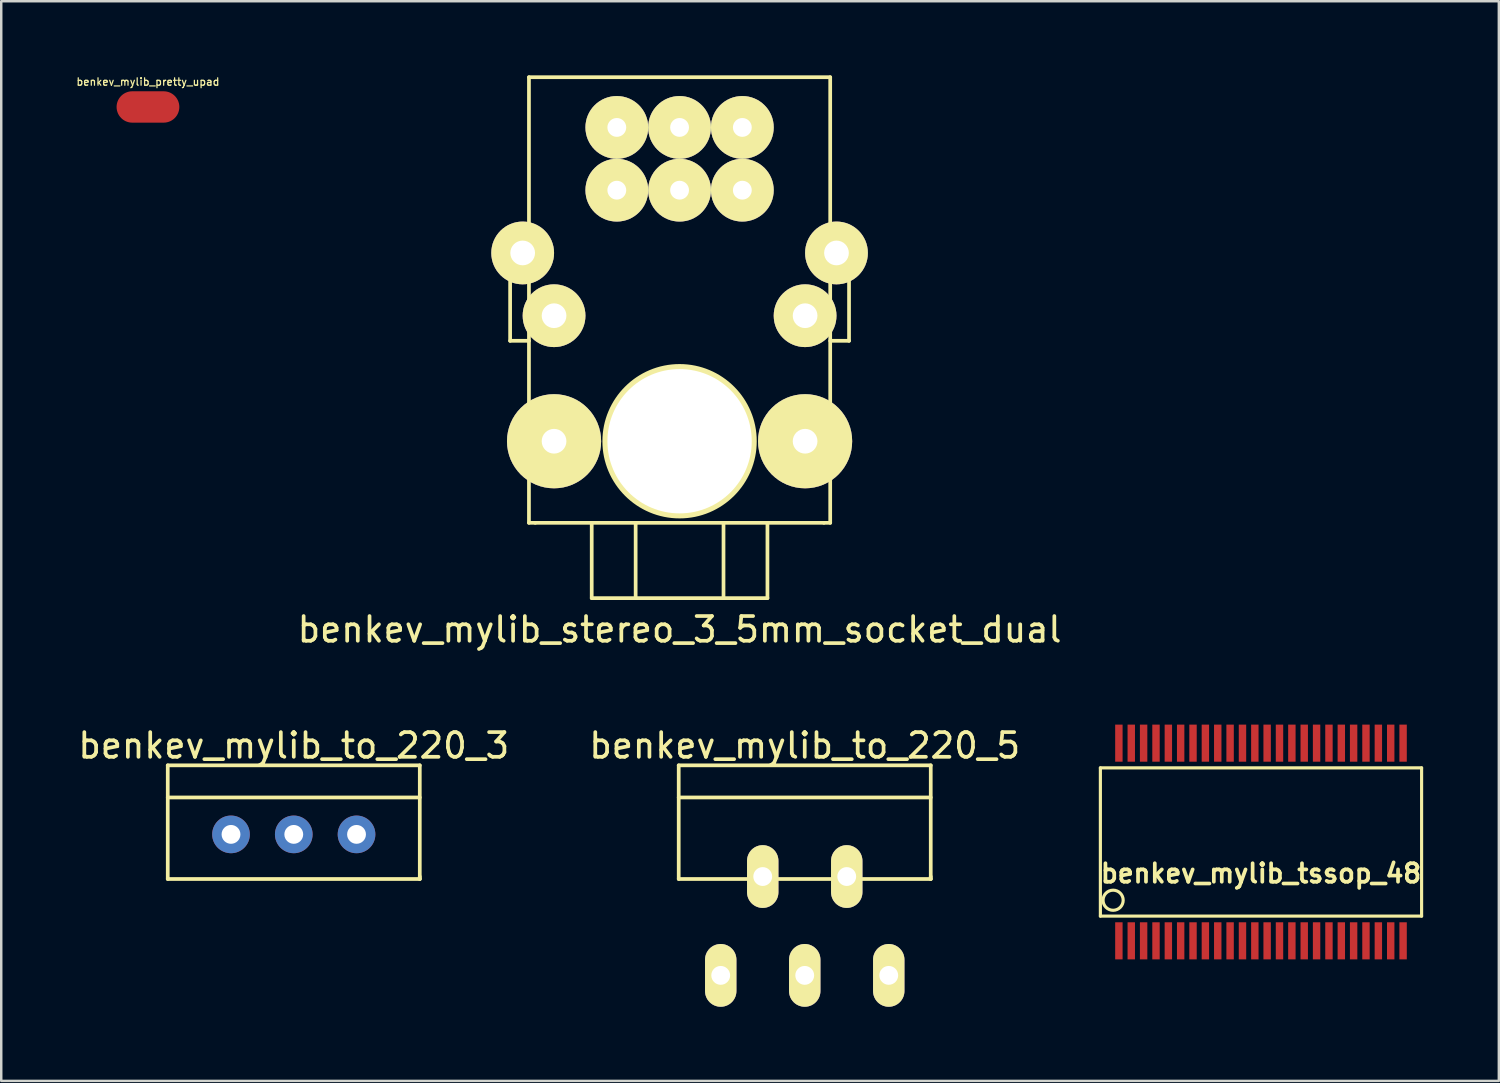
<source format=kicad_pcb>
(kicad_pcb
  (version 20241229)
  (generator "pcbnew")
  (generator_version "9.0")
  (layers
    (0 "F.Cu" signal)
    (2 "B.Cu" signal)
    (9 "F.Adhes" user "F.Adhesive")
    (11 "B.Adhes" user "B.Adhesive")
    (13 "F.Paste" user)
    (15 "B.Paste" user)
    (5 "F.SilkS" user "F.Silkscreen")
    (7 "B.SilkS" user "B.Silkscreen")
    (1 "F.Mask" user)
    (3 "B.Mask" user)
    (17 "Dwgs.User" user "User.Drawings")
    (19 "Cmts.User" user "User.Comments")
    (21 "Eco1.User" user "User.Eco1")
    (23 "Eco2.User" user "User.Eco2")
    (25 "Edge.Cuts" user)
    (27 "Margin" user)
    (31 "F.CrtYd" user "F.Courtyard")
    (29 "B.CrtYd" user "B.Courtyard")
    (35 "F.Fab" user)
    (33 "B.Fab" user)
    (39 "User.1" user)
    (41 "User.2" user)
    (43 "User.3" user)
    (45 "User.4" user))
  (footprint "benkev_mylib_pretty_upad"
    (layer "F.Cu")
    (at 2.938 1.279)
    (property "Reference" "benkev_mylib_pretty_upad" (at 0 -1.016 0) (layer "F.SilkS") (effects (font (size 0.3 0.3) (thickness 0.05))))
    (attr through_hole)
    (pad "1" smd oval (at 0 0) (size 2.54 1.27) (layers "F.Cu" "F.Mask" "F.Paste")))
  (footprint "benkev_mylib_to_220_5"
    (layer "F.Cu")
    (at 29.518 27.924)
    (property "Reference" "benkev_mylib_to_220_5" (at 0 -0.8 0) (layer "F.SilkS") (effects (font (size 1 1) (thickness 0.15))))
    (attr through_hole)
    (fp_line (start -5.1 0) (end -5.1 4.6) (stroke (width 0.15) (type solid)) (layer "F.SilkS"))
    (fp_line (start -5.1 0) (end 5.1 0) (stroke (width 0.15) (type solid)) (layer "F.SilkS"))
    (fp_line (start -5.1 1.3) (end 5.1 1.3) (stroke (width 0.15) (type solid)) (layer "F.SilkS"))
    (fp_line (start -5.1 4.6) (end 5.1 4.6) (stroke (width 0.15) (type solid)) (layer "F.SilkS"))
    (fp_line (start 5.1 0) (end 5.1 4.6) (stroke (width 0.15) (type solid)) (layer "F.SilkS"))
    (fp_line (start 5.1 4.5) (end 5.1 4.6) (stroke (width 0.15) (type solid)) (layer "F.SilkS"))
    (pad "1" thru_hole oval (at -3.4 8.5) (size 1.27 2.54) (drill 0.762) (layers "*.Cu" "*.Mask" "F.SilkS"))
    (pad "2" thru_hole oval (at -1.7 4.5) (size 1.27 2.54) (drill 0.762) (layers "*.Cu" "*.Mask" "F.SilkS"))
    (pad "3" thru_hole oval (at 0 8.5) (size 1.27 2.54) (drill 0.762) (layers "*.Cu" "*.Mask" "F.SilkS"))
    (pad "4" thru_hole oval (at 1.7 4.5) (size 1.27 2.54) (drill 0.762) (layers "*.Cu" "*.Mask" "F.SilkS"))
    (pad "5" thru_hole oval (at 3.4 8.5) (size 1.27 2.54) (drill 0.762) (layers "*.Cu" "*.Mask" "F.SilkS")))
  (footprint "benkev_mylib_tssop_48"
    (layer "F.Cu")
    (at 47.983 31.026)
    (property "Reference" "benkev_mylib_tssop_48" (at 0 1.27 0) (layer "F.SilkS") (effects (font (size 0.749 0.749) (thickness 0.15))))
    (attr smd)
    (fp_line (start -6.5 -3) (end 6.5 -3) (stroke (width 0.127) (type solid)) (layer "F.SilkS"))
    (fp_line (start -6.5 3) (end -6.5 -3) (stroke (width 0.127) (type solid)) (layer "F.SilkS"))
    (fp_line (start 6.5 -3) (end 6.5 3) (stroke (width 0.127) (type solid)) (layer "F.SilkS"))
    (fp_line (start 6.5 3) (end -6.5 3) (stroke (width 0.127) (type solid)) (layer "F.SilkS"))
    (fp_circle (center -5.984 2.357) (end -6.238 2.675) (stroke (width 0.127) (type solid)) (fill no) (layer "F.SilkS"))
    (pad "1" smd rect (at -5.751 4) (size 0.3 1.501) (layers "F.Cu" "F.Mask" "F.Paste"))
    (pad "2" smd rect (at -5.25 4) (size 0.3 1.501) (layers "F.Cu" "F.Mask" "F.Paste"))
    (pad "3" smd rect (at -4.75 4) (size 0.3 1.501) (layers "F.Cu" "F.Mask" "F.Paste"))
    (pad "4" smd rect (at -4.249 4) (size 0.3 1.501) (layers "F.Cu" "F.Mask" "F.Paste"))
    (pad "5" smd rect (at -3.749 4) (size 0.3 1.501) (layers "F.Cu" "F.Mask" "F.Paste"))
    (pad "6" smd rect (at -3.251 4) (size 0.3 1.501) (layers "F.Cu" "F.Mask" "F.Paste"))
    (pad "7" smd rect (at -2.751 4) (size 0.3 1.501) (layers "F.Cu" "F.Mask" "F.Paste"))
    (pad "8" smd rect (at -2.25 4) (size 0.3 1.501) (layers "F.Cu" "F.Mask" "F.Paste"))
    (pad "9" smd rect (at -1.75 4) (size 0.3 1.501) (layers "F.Cu" "F.Mask" "F.Paste"))
    (pad "10" smd rect (at -1.25 4) (size 0.3 1.501) (layers "F.Cu" "F.Mask" "F.Paste"))
    (pad "11" smd rect (at -0.749 4) (size 0.3 1.501) (layers "F.Cu" "F.Mask" "F.Paste"))
    (pad "12" smd rect (at -0.249 4) (size 0.3 1.501) (layers "F.Cu" "F.Mask" "F.Paste"))
    (pad "13" smd rect (at 0.249 4) (size 0.3 1.501) (layers "F.Cu" "F.Mask" "F.Paste"))
    (pad "14" smd rect (at 0.749 4) (size 0.3 1.501) (layers "F.Cu" "F.Mask" "F.Paste"))
    (pad "15" smd rect (at 1.25 4) (size 0.3 1.501) (layers "F.Cu" "F.Mask" "F.Paste"))
    (pad "16" smd rect (at 1.75 4) (size 0.3 1.501) (layers "F.Cu" "F.Mask" "F.Paste"))
    (pad "17" smd rect (at 2.25 4) (size 0.3 1.501) (layers "F.Cu" "F.Mask" "F.Paste"))
    (pad "18" smd rect (at 2.751 4) (size 0.3 1.501) (layers "F.Cu" "F.Mask" "F.Paste"))
    (pad "19" smd rect (at 3.251 4) (size 0.3 1.501) (layers "F.Cu" "F.Mask" "F.Paste"))
    (pad "20" smd rect (at 3.749 4) (size 0.3 1.501) (layers "F.Cu" "F.Mask" "F.Paste"))
    (pad "21" smd rect (at 4.249 4) (size 0.3 1.501) (layers "F.Cu" "F.Mask" "F.Paste"))
    (pad "22" smd rect (at 4.75 4) (size 0.3 1.501) (layers "F.Cu" "F.Mask" "F.Paste"))
    (pad "23" smd rect (at 5.25 4) (size 0.3 1.501) (layers "F.Cu" "F.Mask" "F.Paste"))
    (pad "24" smd rect (at 5.751 4) (size 0.3 1.501) (layers "F.Cu" "F.Mask" "F.Paste"))
    (pad "25" smd rect (at 5.751 -4) (size 0.3 1.501) (layers "F.Cu" "F.Mask" "F.Paste"))
    (pad "26" smd rect (at 5.25 -4) (size 0.3 1.501) (layers "F.Cu" "F.Mask" "F.Paste"))
    (pad "27" smd rect (at 4.75 -4) (size 0.3 1.501) (layers "F.Cu" "F.Mask" "F.Paste"))
    (pad "28" smd rect (at 4.249 -4) (size 0.3 1.501) (layers "F.Cu" "F.Mask" "F.Paste"))
    (pad "29" smd rect (at 3.749 -4) (size 0.3 1.501) (layers "F.Cu" "F.Mask" "F.Paste"))
    (pad "30" smd rect (at 3.251 -4) (size 0.3 1.501) (layers "F.Cu" "F.Mask" "F.Paste"))
    (pad "31" smd rect (at 2.751 -4) (size 0.3 1.501) (layers "F.Cu" "F.Mask" "F.Paste"))
    (pad "32" smd rect (at 2.25 -4) (size 0.3 1.501) (layers "F.Cu" "F.Mask" "F.Paste"))
    (pad "33" smd rect (at 1.75 -4) (size 0.3 1.501) (layers "F.Cu" "F.Mask" "F.Paste"))
    (pad "34" smd rect (at 1.25 -4) (size 0.3 1.501) (layers "F.Cu" "F.Mask" "F.Paste"))
    (pad "35" smd rect (at 0.749 -4) (size 0.3 1.501) (layers "F.Cu" "F.Mask" "F.Paste"))
    (pad "36" smd rect (at 0.249 -4) (size 0.3 1.501) (layers "F.Cu" "F.Mask" "F.Paste"))
    (pad "37" smd rect (at -0.249 -4) (size 0.3 1.501) (layers "F.Cu" "F.Mask" "F.Paste"))
    (pad "38" smd rect (at -0.749 -4) (size 0.3 1.501) (layers "F.Cu" "F.Mask" "F.Paste"))
    (pad "39" smd rect (at -1.25 -4) (size 0.3 1.501) (layers "F.Cu" "F.Mask" "F.Paste"))
    (pad "40" smd rect (at -1.75 -4) (size 0.3 1.501) (layers "F.Cu" "F.Mask" "F.Paste"))
    (pad "41" smd rect (at -2.25 -4) (size 0.3 1.501) (layers "F.Cu" "F.Mask" "F.Paste"))
    (pad "42" smd rect (at -2.751 -4) (size 0.3 1.501) (layers "F.Cu" "F.Mask" "F.Paste"))
    (pad "43" smd rect (at -3.251 -4) (size 0.3 1.501) (layers "F.Cu" "F.Mask" "F.Paste"))
    (pad "44" smd rect (at -3.749 -4) (size 0.3 1.501) (layers "F.Cu" "F.Mask" "F.Paste"))
    (pad "45" smd rect (at -4.249 -4) (size 0.3 1.501) (layers "F.Cu" "F.Mask" "F.Paste"))
    (pad "46" smd rect (at -4.75 -4) (size 0.3 1.501) (layers "F.Cu" "F.Mask" "F.Paste"))
    (pad "47" smd rect (at -5.25 -4) (size 0.3 1.501) (layers "F.Cu" "F.Mask" "F.Paste"))
    (pad "48" smd rect (at -5.751 -4) (size 0.3 1.501) (layers "F.Cu" "F.Mask" "F.Paste")))
  (footprint "benkev_mylib_to_220_3"
    (layer "F.Cu")
    (at 8.839 27.924)
    (property "Reference" "benkev_mylib_to_220_3" (at 0 -0.8 0) (layer "F.SilkS") (effects (font (size 1 1) (thickness 0.15))))
    (attr through_hole)
    (fp_line (start -5.1 0) (end -5.1 4.6) (stroke (width 0.15) (type solid)) (layer "F.SilkS"))
    (fp_line (start -5.1 0) (end 5.1 0) (stroke (width 0.15) (type solid)) (layer "F.SilkS"))
    (fp_line (start -5.1 1.3) (end 5.1 1.3) (stroke (width 0.15) (type solid)) (layer "F.SilkS"))
    (fp_line (start -5.1 4.6) (end 5.1 4.6) (stroke (width 0.15) (type solid)) (layer "F.SilkS"))
    (fp_line (start 5.1 0) (end 5.1 4.6) (stroke (width 0.15) (type solid)) (layer "F.SilkS"))
    (fp_line (start 5.1 4.5) (end 5.1 4.6) (stroke (width 0.15) (type solid)) (layer "F.SilkS"))
    (pad "1" thru_hole circle (at -2.54 2.794) (size 1.524 1.524) (drill 0.762) (layers "*.Cu" "*.Mask"))
    (pad "2" thru_hole circle (at 0 2.794) (size 1.524 1.524) (drill 0.762) (layers "*.Cu" "*.Mask"))
    (pad "3" thru_hole circle (at 2.54 2.794) (size 1.524 1.524) (drill 0.762) (layers "*.Cu" "*.Mask")))
  (footprint "benkev_mylib_stereo_3_5mm_socket_dual"
    (layer "F.Cu")
    (at 24.453 14.807)
    (property "Reference" "benkev_mylib_stereo_3_5mm_socket_dual" (at 0 7.62 0) (layer "F.SilkS") (effects (font (size 1 1) (thickness 0.15))))
    (attr through_hole)
    (fp_line (start -6.858 -7.62) (end -6.096 -7.62) (stroke (width 0.15) (type solid)) (layer "F.SilkS"))
    (fp_line (start -6.858 -4.064) (end -6.858 -7.62) (stroke (width 0.15) (type solid)) (layer "F.SilkS"))
    (fp_line (start -6.096 -14.732) (end -6.096 3.302) (stroke (width 0.15) (type solid)) (layer "F.SilkS"))
    (fp_line (start -6.096 -4.064) (end -6.858 -4.064) (stroke (width 0.15) (type solid)) (layer "F.SilkS"))
    (fp_line (start -5.842 3.302) (end -6.096 3.302) (stroke (width 0.15) (type solid)) (layer "F.SilkS"))
    (fp_line (start -3.556 6.35) (end -3.556 3.302) (stroke (width 0.15) (type solid)) (layer "F.SilkS"))
    (fp_line (start -3.556 6.35) (end 3.556 6.35) (stroke (width 0.15) (type solid)) (layer "F.SilkS"))
    (fp_line (start -1.778 3.302) (end -1.778 6.35) (stroke (width 0.15) (type solid)) (layer "F.SilkS"))
    (fp_line (start 1.778 3.302) (end 1.778 6.35) (stroke (width 0.15) (type solid)) (layer "F.SilkS"))
    (fp_line (start 3.556 6.35) (end 3.556 3.302) (stroke (width 0.15) (type solid)) (layer "F.SilkS"))
    (fp_line (start 5.842 3.302) (end -5.842 3.302) (stroke (width 0.15) (type solid)) (layer "F.SilkS"))
    (fp_line (start 5.842 3.302) (end 6.096 3.302) (stroke (width 0.15) (type solid)) (layer "F.SilkS"))
    (fp_line (start 6.096 -14.732) (end -6.096 -14.732) (stroke (width 0.15) (type solid)) (layer "F.SilkS"))
    (fp_line (start 6.096 -4.064) (end 6.858 -4.064) (stroke (width 0.15) (type solid)) (layer "F.SilkS"))
    (fp_line (start 6.096 3.302) (end 6.096 -14.732) (stroke (width 0.15) (type solid)) (layer "F.SilkS"))
    (fp_line (start 6.858 -7.62) (end 6.096 -7.62) (stroke (width 0.15) (type solid)) (layer "F.SilkS"))
    (fp_line (start 6.858 -4.064) (end 6.858 -7.62) (stroke (width 0.15) (type solid)) (layer "F.SilkS"))
    (fp_circle (center 0 0) (end 3.048 0) (stroke (width 0.15) (type solid)) (fill no) (layer "F.SilkS"))
    (pad "11" thru_hole circle (at 5.08 0) (size 3.81 3.81) (drill 1) (layers "*.Cu" "*.Mask" "F.SilkS"))
    (pad "12" thru_hole circle (at 6.35 -7.62) (size 2.54 2.54) (drill 1) (layers "*.Cu" "*.Mask" "F.SilkS"))
    (pad "13" thru_hole circle (at -6.35 -7.62) (size 2.54 2.54) (drill 1) (layers "*.Cu" "*.Mask" "F.SilkS"))
    (pad "21" thru_hole circle (at -5.08 0) (size 3.81 3.81) (drill 1) (layers "*.Cu" "*.Mask" "F.SilkS"))
    (pad "22" thru_hole circle (at -5.08 -5.08) (size 2.54 2.54) (drill 1) (layers "*.Cu" "*.Mask" "F.SilkS"))
    (pad "23" thru_hole circle (at 5.08 -5.08) (size 2.54 2.54) (drill 1) (layers "*.Cu" "*.Mask" "F.SilkS"))
    (pad "~" thru_hole circle (at -2.54 -12.7) (size 2.54 2.54) (drill 0.762) (layers "*.Cu" "*.Mask" "F.SilkS"))
    (pad "~" thru_hole circle (at -2.54 -10.16) (size 2.54 2.54) (drill 0.762) (layers "*.Cu" "*.Mask" "F.SilkS"))
    (pad "~" thru_hole circle (at 0 -12.7) (size 2.54 2.54) (drill 0.762) (layers "*.Cu" "*.Mask" "F.SilkS"))
    (pad "~" thru_hole circle (at 0 -10.16) (size 2.54 2.54) (drill 0.762) (layers "*.Cu" "*.Mask" "F.SilkS"))
    (pad "~" thru_hole circle (at 0 0) (size 6.096 6.096) (drill 5.84) (layers "*.Cu" "*.Mask" "F.SilkS"))
    (pad "~" thru_hole circle (at 2.54 -12.7) (size 2.54 2.54) (drill 0.762) (layers "*.Cu" "*.Mask" "F.SilkS"))
    (pad "~" thru_hole circle (at 2.54 -10.16) (size 2.54 2.54) (drill 0.762) (layers "*.Cu" "*.Mask" "F.SilkS")))
  (gr_rect
    (start -3 -3)
    (end 57.609 40.694)
    (stroke (width 0.1) (type default))
    (fill no)
    (layer "Edge.Cuts")))
</source>
